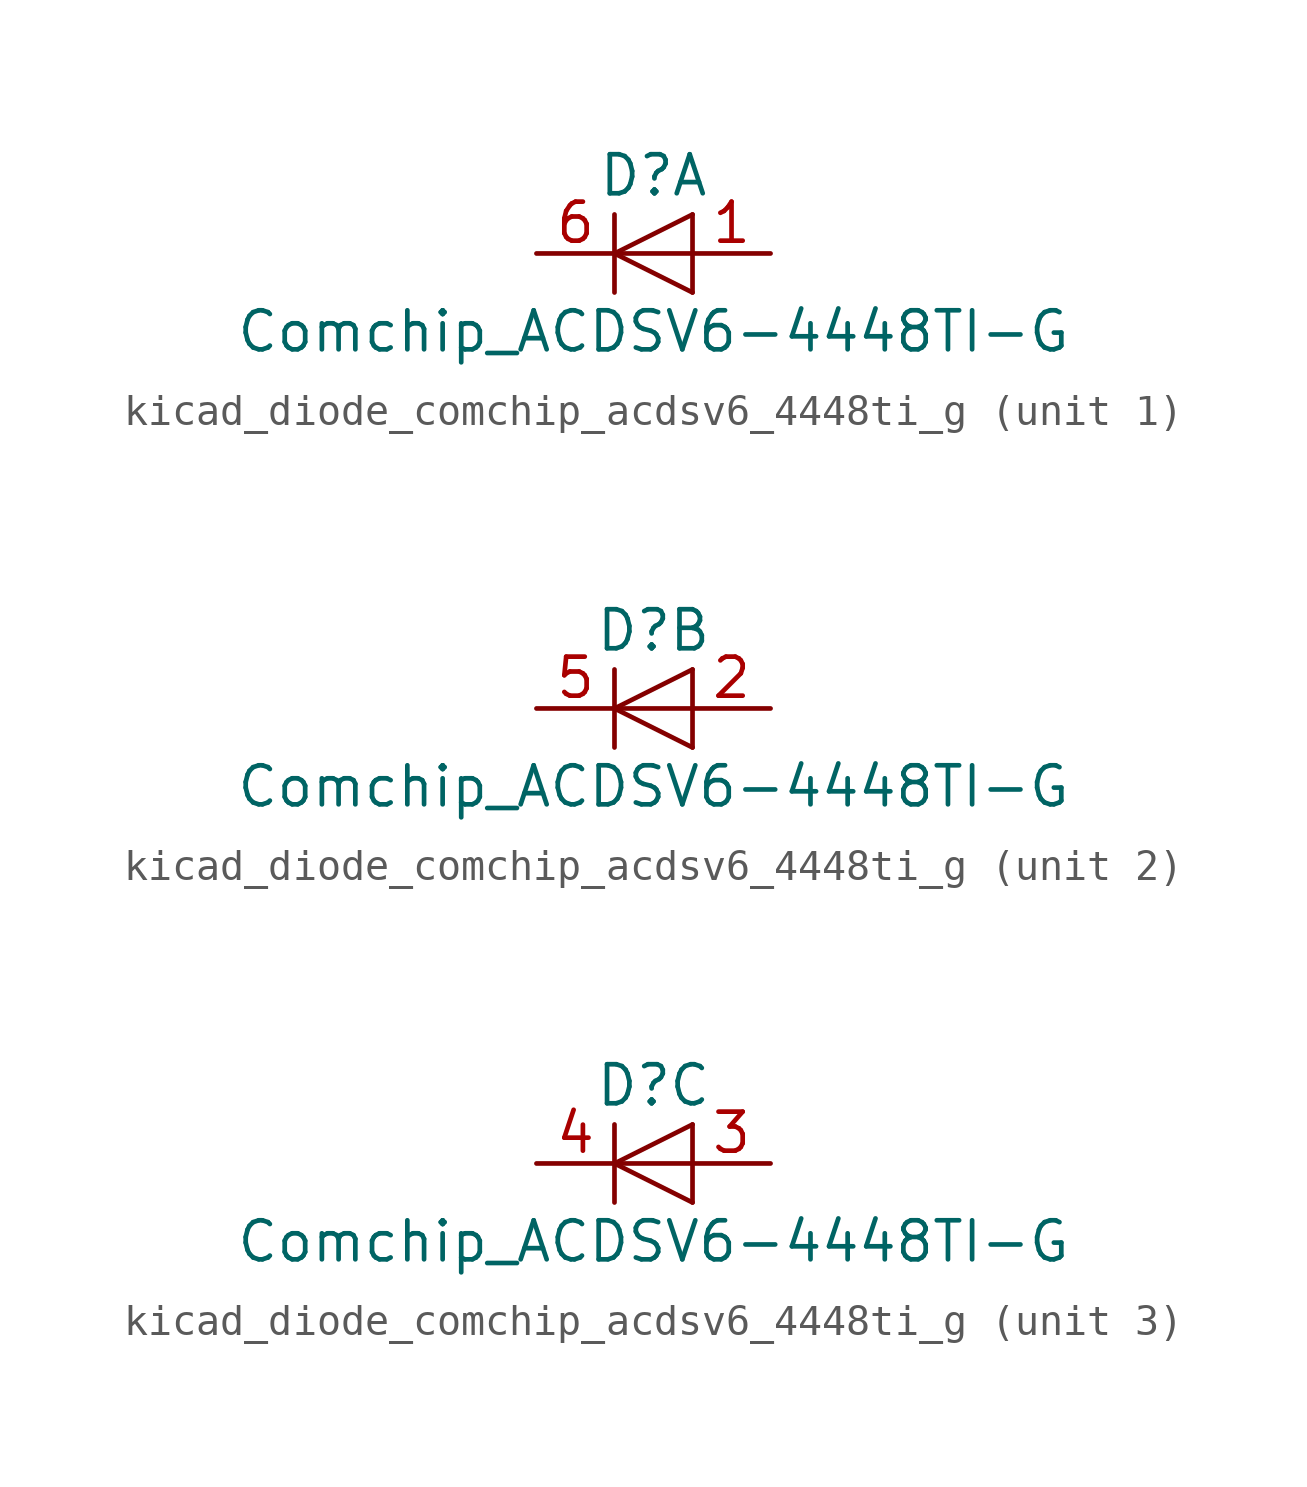
<source format=kicad_sym>
(kicad_symbol_lib
  (version 20220914)
  (generator kicad_symbol_editor)
  (symbol "kicad_diode_comchip_acdsv6_4448ti_g"
    (pin_names
      (offset 1.016) hide)
    (property "Reference" "D"
      (at 0 2.54 0)
      (effects (font (size 1.27 1.27))))
    (property "Value" "Comchip_ACDSV6-4448TI-G"
      (at 0 -2.54 0)
      (effects (font (size 1.27 1.27))))
    (symbol "kicad_diode_comchip_acdsv6_4448ti_g_0_1"
      (polyline (pts (xy -1.27 1.27) (xy -1.27 -1.27)) (stroke (width 0.152) (type default)) (fill (type none)))
      (polyline (pts (xy 1.27 0) (xy -1.27 0)) (stroke (width 0) (type default)) (fill (type none)))
      (polyline (pts (xy 1.27 1.27) (xy 1.27 -1.27)) (stroke (width 0) (type default)) (fill (type none)))
      (polyline (pts (xy 1.27 1.27) (xy -1.27 0) (xy 1.27 -1.27)) (stroke (width 0) (type default)) (fill (type none))))
    (symbol "kicad_diode_comchip_acdsv6_4448ti_g_1_1"
      (pin passive line (at 3.81 0 180) (length 2.54) (name "A" (effects (font (size 1.27 1.27)))) (number "1" (effects (font (size 1.27 1.27)))))
      (pin passive line (at -3.81 0 0) (length 2.54) (name "K" (effects (font (size 1.27 1.27)))) (number "6" (effects (font (size 1.27 1.27))))))
    (symbol "kicad_diode_comchip_acdsv6_4448ti_g_2_1"
      (pin passive line (at 3.81 0 180) (length 2.54) (name "A" (effects (font (size 1.27 1.27)))) (number "2" (effects (font (size 1.27 1.27)))))
      (pin passive line (at -3.81 0 0) (length 2.54) (name "K" (effects (font (size 1.27 1.27)))) (number "5" (effects (font (size 1.27 1.27))))))
    (symbol "kicad_diode_comchip_acdsv6_4448ti_g_3_1"
      (pin passive line (at 3.81 0 180) (length 2.54) (name "A" (effects (font (size 1.27 1.27)))) (number "3" (effects (font (size 1.27 1.27)))))
      (pin passive line (at -3.81 0 0) (length 2.54) (name "K" (effects (font (size 1.27 1.27)))) (number "4" (effects (font (size 1.27 1.27))))))))
</source>
